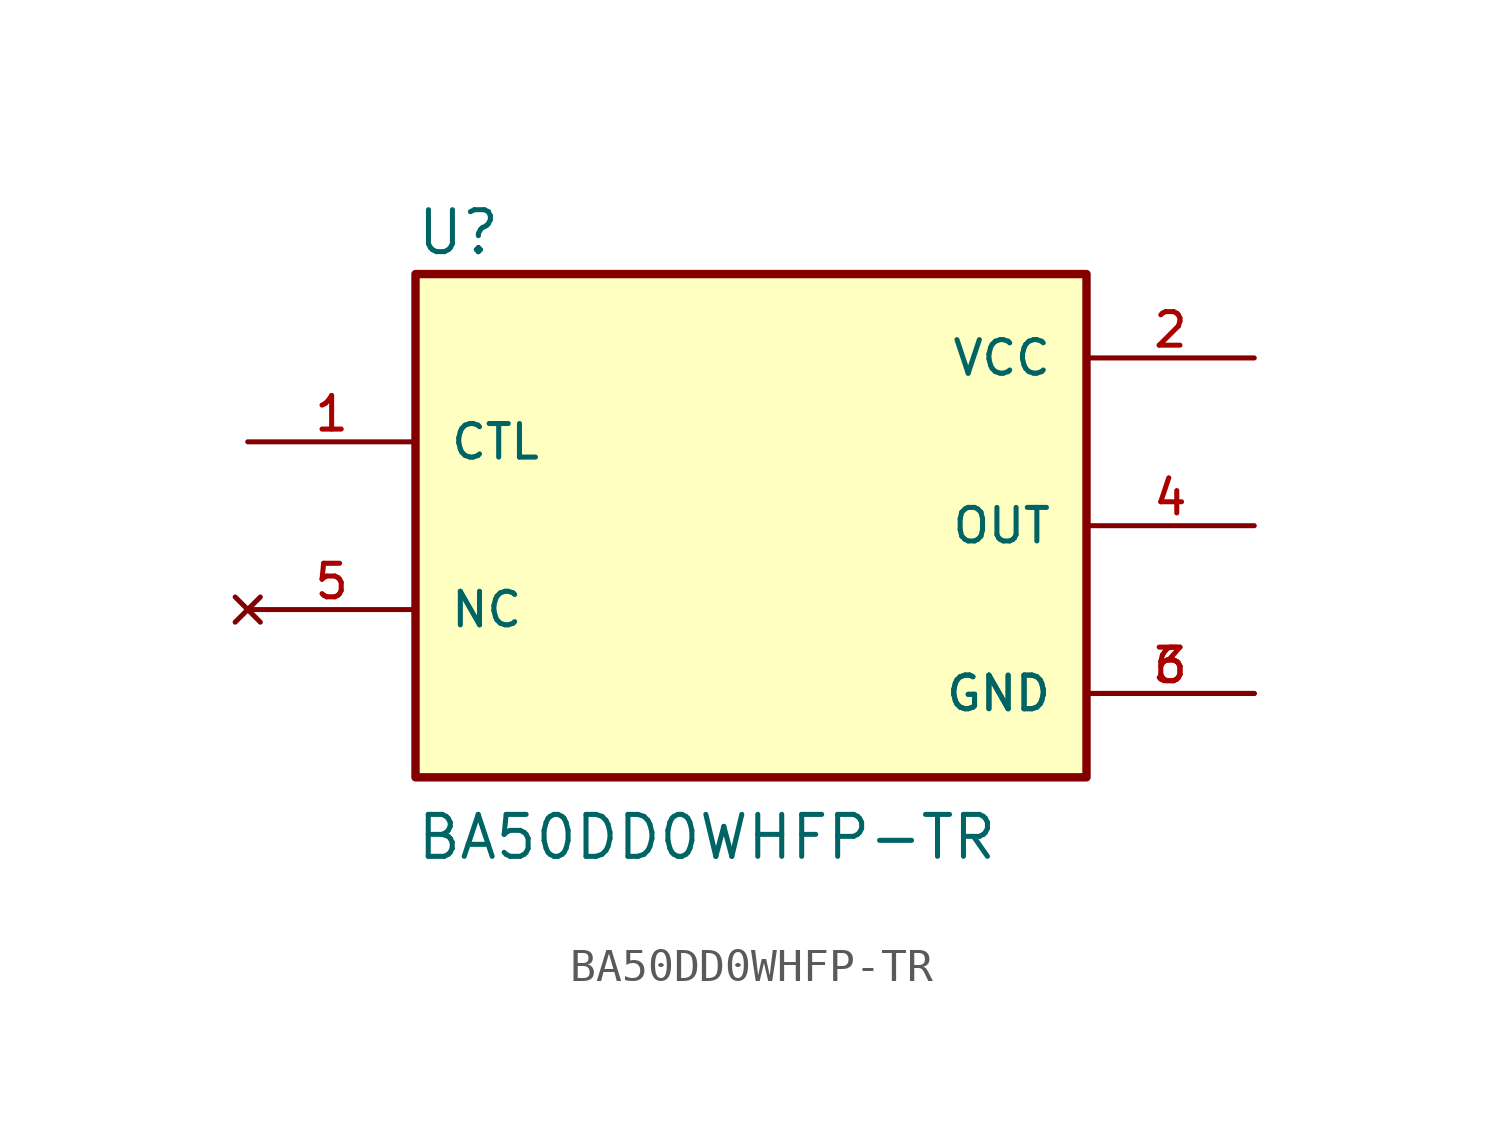
<source format=kicad_sym>
(kicad_symbol_lib
  (version 20220914)
  (generator kicad_symbol_editor)
  (symbol "BA50DD0WHFP-TR"
    (pin_names
      (offset 1.016))
    (property "Reference" "U"
      (at -10.17 8.136 0)
      (effects (font (size 1.27 1.27)) (justify left bottom)))
    (property "Value" "BA50DD0WHFP-TR"
      (at -10.176 -10.176 0)
      (effects (font (size 1.27 1.27)) (justify left bottom)))
    (symbol "BA50DD0WHFP-TR_0_0"
      (rectangle (start -10.16 -7.62) (end 10.16 7.62) (stroke (width 0.254) (type default)) (fill (type background)))
      (pin input line (at -15.24 2.54 0) (length 5.08) (name "CTL" (effects (font (size 1.016 1.016)))) (number "1" (effects (font (size 1.016 1.016)))))
      (pin power_in line (at 15.24 5.08 180) (length 5.08) (name "VCC" (effects (font (size 1.016 1.016)))) (number "2" (effects (font (size 1.016 1.016)))))
      (pin power_in line (at 15.24 -5.08 180) (length 5.08) (name "GND" (effects (font (size 1.016 1.016)))) (number "3" (effects (font (size 1.016 1.016)))))
      (pin output line (at 15.24 0 180) (length 5.08) (name "OUT" (effects (font (size 1.016 1.016)))) (number "4" (effects (font (size 1.016 1.016)))))
      (pin no_connect line (at -15.24 -2.54 0) (length 5.08) (name "NC" (effects (font (size 1.016 1.016)))) (number "5" (effects (font (size 1.016 1.016)))))
      (pin power_in line (at 15.24 -5.08 180) (length 5.08) (name "GND" (effects (font (size 1.016 1.016)))) (number "6" (effects (font (size 1.016 1.016))))))))
</source>
